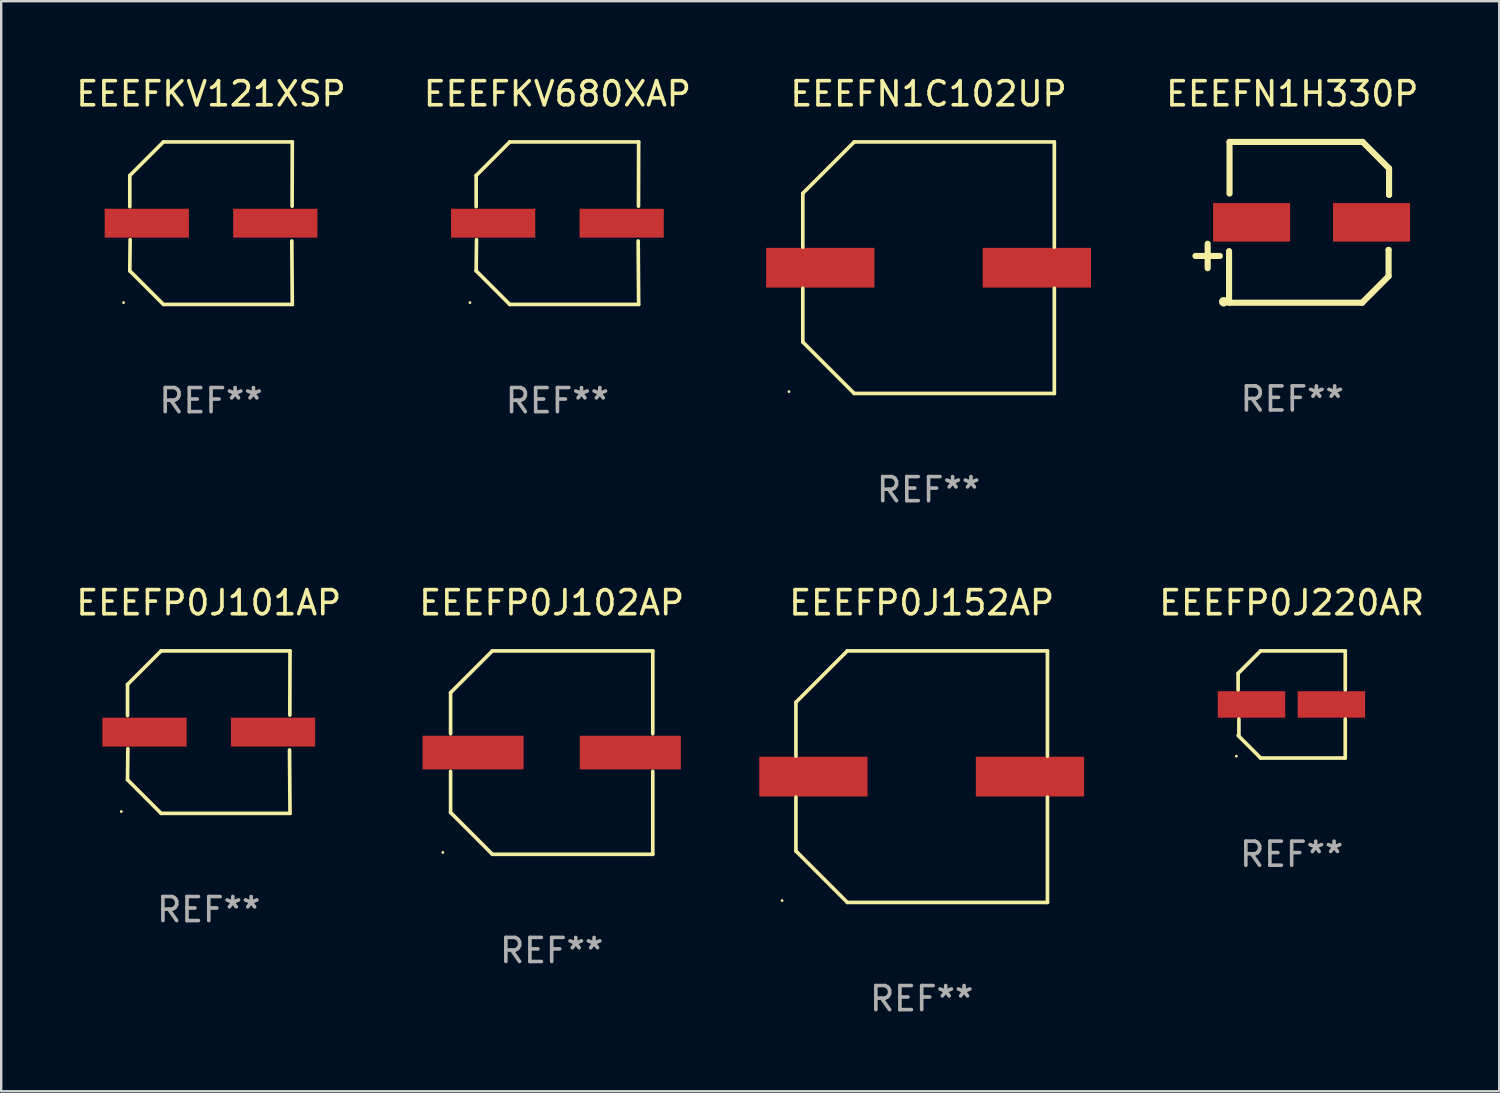
<source format=kicad_pcb>
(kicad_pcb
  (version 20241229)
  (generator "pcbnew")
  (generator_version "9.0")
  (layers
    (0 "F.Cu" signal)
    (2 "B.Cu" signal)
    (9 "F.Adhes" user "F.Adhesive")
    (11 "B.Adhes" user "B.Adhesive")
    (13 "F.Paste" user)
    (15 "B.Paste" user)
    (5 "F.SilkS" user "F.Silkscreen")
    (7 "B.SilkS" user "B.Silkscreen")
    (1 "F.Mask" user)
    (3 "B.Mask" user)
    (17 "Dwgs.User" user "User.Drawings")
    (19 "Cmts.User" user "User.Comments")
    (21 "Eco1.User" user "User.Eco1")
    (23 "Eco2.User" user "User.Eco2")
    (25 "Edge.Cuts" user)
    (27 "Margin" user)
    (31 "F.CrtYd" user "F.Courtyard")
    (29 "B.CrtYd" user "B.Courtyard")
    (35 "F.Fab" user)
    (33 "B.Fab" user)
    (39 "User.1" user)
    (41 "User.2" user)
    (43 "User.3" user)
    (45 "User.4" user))
  (footprint "EEEFN1C102UP"
    (layer "F.Cu")
    (at 35.536 8.074)
    (property "Reference" "EEEFN1C102UP" (at 0 -7.226 0) (layer "F.SilkS") (effects (font (size 1 1) (thickness 0.15))))
    (attr through_hole)
    (fp_line (start -5.226 -3.09) (end -5.226 -0.852) (stroke (width 0.152) (type solid)) (layer "F.SilkS"))
    (fp_line (start -5.226 3.09) (end -5.226 0.852) (stroke (width 0.152) (type solid)) (layer "F.SilkS"))
    (fp_line (start -3.09 -5.226) (end -5.226 -3.09) (stroke (width 0.152) (type solid)) (layer "F.SilkS"))
    (fp_line (start -3.09 5.226) (end -5.226 3.09) (stroke (width 0.152) (type solid)) (layer "F.SilkS"))
    (fp_line (start 5.226 -5.226) (end -3.09 -5.226) (stroke (width 0.152) (type solid)) (layer "F.SilkS"))
    (fp_line (start 5.226 -0.852) (end 5.226 -5.226) (stroke (width 0.152) (type solid)) (layer "F.SilkS"))
    (fp_line (start 5.226 0.852) (end 5.226 5.226) (stroke (width 0.152) (type solid)) (layer "F.SilkS"))
    (fp_line (start 5.226 5.226) (end -3.09 5.226) (stroke (width 0.152) (type solid)) (layer "F.SilkS"))
    (fp_circle (center -5.8 5.15) (end -5.77 5.15) (stroke (width 0.06) (type solid)) (fill no) (layer "F.SilkS"))
    (fp_text user "REF**" (at 0 9.226 0) (layer "F.Fab") (effects (font (size 1 1) (thickness 0.15))))
    (pad "1" smd rect (at -4.5 0) (size 4.5 1.65) (layers "F.Cu" "F.Mask" "F.Paste"))
    (pad "2" smd rect (at 4.5 0) (size 4.5 1.65) (layers "F.Cu" "F.Mask" "F.Paste")))
  (footprint "EEEFKV680XAP"
    (layer "F.Cu")
    (at 20.113 6.224)
    (property "Reference" "EEEFKV680XAP" (at 0 -5.376 0) (layer "F.SilkS") (effects (font (size 1 1) (thickness 0.15))))
    (attr through_hole)
    (fp_line (start -3.376 -1.98) (end -3.376 -0.686) (stroke (width 0.152) (type solid)) (layer "F.SilkS"))
    (fp_line (start -3.376 1.981) (end -3.362 0.686) (stroke (width 0.152) (type solid)) (layer "F.SilkS"))
    (fp_line (start -1.981 3.376) (end -3.376 1.981) (stroke (width 0.152) (type solid)) (layer "F.SilkS"))
    (fp_line (start -1.98 -3.376) (end -3.376 -1.98) (stroke (width 0.152) (type solid)) (layer "F.SilkS"))
    (fp_line (start 3.356 0.74) (end 3.376 3.376) (stroke (width 0.152) (type solid)) (layer "F.SilkS"))
    (fp_line (start 3.369 -0.707) (end 3.376 -3.376) (stroke (width 0.152) (type solid)) (layer "F.SilkS"))
    (fp_line (start 3.376 3.376) (end -1.981 3.376) (stroke (width 0.152) (type solid)) (layer "F.SilkS"))
    (fp_line (start 3.376 -3.376) (end -1.98 -3.376) (stroke (width 0.152) (type solid)) (layer "F.SilkS"))
    (fp_circle (center -3.634 3.3) (end -3.604 3.3) (stroke (width 0.06) (type solid)) (fill no) (layer "F.SilkS"))
    (fp_text user "REF**" (at 0 7.376 0) (layer "F.Fab") (effects (font (size 1 1) (thickness 0.15))))
    (pad "1" smd rect (at -2.67 0.000254) (size 3.5 1.2) (layers "F.Cu" "F.Mask" "F.Paste"))
    (pad "2" smd rect (at 2.67 0.000254) (size 3.5 1.2) (layers "F.Cu" "F.Mask" "F.Paste")))
  (footprint "EEEFP0J152AP"
    (layer "F.Cu")
    (at 35.25 29.223)
    (property "Reference" "EEEFP0J152AP" (at 0 -7.226 0) (layer "F.SilkS") (effects (font (size 1 1) (thickness 0.15))))
    (attr through_hole)
    (fp_line (start -5.226 -3.09) (end -5.226 -0.852) (stroke (width 0.152) (type solid)) (layer "F.SilkS"))
    (fp_line (start -5.226 3.09) (end -5.226 0.852) (stroke (width 0.152) (type solid)) (layer "F.SilkS"))
    (fp_line (start -3.09 -5.226) (end -5.226 -3.09) (stroke (width 0.152) (type solid)) (layer "F.SilkS"))
    (fp_line (start -3.09 5.226) (end -5.226 3.09) (stroke (width 0.152) (type solid)) (layer "F.SilkS"))
    (fp_line (start 5.226 -5.226) (end -3.09 -5.226) (stroke (width 0.152) (type solid)) (layer "F.SilkS"))
    (fp_line (start 5.226 -0.852) (end 5.226 -5.226) (stroke (width 0.152) (type solid)) (layer "F.SilkS"))
    (fp_line (start 5.226 0.852) (end 5.226 5.226) (stroke (width 0.152) (type solid)) (layer "F.SilkS"))
    (fp_line (start 5.226 5.226) (end -3.09 5.226) (stroke (width 0.152) (type solid)) (layer "F.SilkS"))
    (fp_circle (center -5.8 5.15) (end -5.77 5.15) (stroke (width 0.06) (type solid)) (fill no) (layer "F.SilkS"))
    (fp_text user "REF**" (at 0 9.226 0) (layer "F.Fab") (effects (font (size 1 1) (thickness 0.15))))
    (pad "1" smd rect (at -4.5 0) (size 4.5 1.65) (layers "F.Cu" "F.Mask" "F.Paste"))
    (pad "2" smd rect (at 4.5 0) (size 4.5 1.65) (layers "F.Cu" "F.Mask" "F.Paste")))
  (footprint "EEEFKV121XSP"
    (layer "F.Cu")
    (at 5.72 6.224)
    (property "Reference" "EEEFKV121XSP" (at 0 -5.376 0) (layer "F.SilkS") (effects (font (size 1 1) (thickness 0.15))))
    (attr through_hole)
    (fp_line (start -3.376 -1.98) (end -3.376 -0.686) (stroke (width 0.152) (type solid)) (layer "F.SilkS"))
    (fp_line (start -3.376 1.981) (end -3.362 0.686) (stroke (width 0.152) (type solid)) (layer "F.SilkS"))
    (fp_line (start -1.981 3.376) (end -3.376 1.981) (stroke (width 0.152) (type solid)) (layer "F.SilkS"))
    (fp_line (start -1.98 -3.376) (end -3.376 -1.98) (stroke (width 0.152) (type solid)) (layer "F.SilkS"))
    (fp_line (start 3.356 0.74) (end 3.376 3.376) (stroke (width 0.152) (type solid)) (layer "F.SilkS"))
    (fp_line (start 3.369 -0.707) (end 3.376 -3.376) (stroke (width 0.152) (type solid)) (layer "F.SilkS"))
    (fp_line (start 3.376 3.376) (end -1.981 3.376) (stroke (width 0.152) (type solid)) (layer "F.SilkS"))
    (fp_line (start 3.376 -3.376) (end -1.98 -3.376) (stroke (width 0.152) (type solid)) (layer "F.SilkS"))
    (fp_circle (center -3.634 3.3) (end -3.604 3.3) (stroke (width 0.06) (type solid)) (fill no) (layer "F.SilkS"))
    (fp_text user "REF**" (at 0 7.376 0) (layer "F.Fab") (effects (font (size 1 1) (thickness 0.15))))
    (pad "1" smd rect (at -2.67 0.000254) (size 3.5 1.2) (layers "F.Cu" "F.Mask" "F.Paste"))
    (pad "2" smd rect (at 2.67 0.000254) (size 3.5 1.2) (layers "F.Cu" "F.Mask" "F.Paste")))
  (footprint "EEEFP0J102AP"
    (layer "F.Cu")
    (at 19.875 28.223)
    (property "Reference" "EEEFP0J102AP" (at 0 -6.226 0) (layer "F.SilkS") (effects (font (size 1 1) (thickness 0.15))))
    (attr through_hole)
    (fp_line (start -4.201 -2.49) (end -4.201 -0.782) (stroke (width 0.152) (type solid)) (layer "F.SilkS"))
    (fp_line (start -4.201 2.49) (end -4.201 0.782) (stroke (width 0.152) (type solid)) (layer "F.SilkS"))
    (fp_line (start -2.465 -4.226) (end -4.201 -2.49) (stroke (width 0.152) (type solid)) (layer "F.SilkS"))
    (fp_line (start -2.465 4.226) (end -4.201 2.49) (stroke (width 0.152) (type solid)) (layer "F.SilkS"))
    (fp_line (start 4.201 -4.226) (end -2.465 -4.226) (stroke (width 0.152) (type solid)) (layer "F.SilkS"))
    (fp_line (start 4.201 -0.782) (end 4.201 -4.226) (stroke (width 0.152) (type solid)) (layer "F.SilkS"))
    (fp_line (start 4.201 0.782) (end 4.201 4.226) (stroke (width 0.152) (type solid)) (layer "F.SilkS"))
    (fp_line (start 4.201 4.226) (end -2.465 4.226) (stroke (width 0.152) (type solid)) (layer "F.SilkS"))
    (fp_circle (center -4.524 4.15) (end -4.494 4.15) (stroke (width 0.06) (type solid)) (fill no) (layer "F.SilkS"))
    (fp_text user "REF**" (at 0 8.226 0) (layer "F.Fab") (effects (font (size 1 1) (thickness 0.15))))
    (pad "1" smd rect (at -3.267 0) (size 4.2 1.4) (layers "F.Cu" "F.Mask" "F.Paste"))
    (pad "2" smd rect (at 3.267 0) (size 4.2 1.4) (layers "F.Cu" "F.Mask" "F.Paste")))
  (footprint "EEEFP0J220AR"
    (layer "F.Cu")
    (at 50.625 26.223)
    (property "Reference" "EEEFP0J220AR" (at 0 -4.226 0) (layer "F.SilkS") (effects (font (size 1 1) (thickness 0.15))))
    (attr through_hole)
    (fp_line (start -2.226 -1.29) (end -2.226 -0.607) (stroke (width 0.152) (type solid)) (layer "F.SilkS"))
    (fp_line (start -2.193 1.29) (end -2.193 0.607) (stroke (width 0.152) (type solid)) (layer "F.SilkS"))
    (fp_line (start -1.29 2.226) (end -2.226 1.29) (stroke (width 0.152) (type solid)) (layer "F.SilkS"))
    (fp_line (start -1.29 -2.226) (end -2.226 -1.29) (stroke (width 0.152) (type solid)) (layer "F.SilkS"))
    (fp_line (start 2.226 -2.226) (end -1.29 -2.226) (stroke (width 0.152) (type solid)) (layer "F.SilkS"))
    (fp_line (start 2.226 -0.607) (end 2.226 -2.226) (stroke (width 0.152) (type solid)) (layer "F.SilkS"))
    (fp_line (start 2.226 0.607) (end 2.226 2.226) (stroke (width 0.152) (type solid)) (layer "F.SilkS"))
    (fp_line (start 2.226 2.226) (end -1.29 2.226) (stroke (width 0.152) (type solid)) (layer "F.SilkS"))
    (fp_circle (center -2.3 2.15) (end -2.27 2.15) (stroke (width 0.06) (type solid)) (fill no) (layer "F.SilkS"))
    (fp_text user "REF**" (at 0 6.226 0) (layer "F.Fab") (effects (font (size 1 1) (thickness 0.15))))
    (pad "1" smd rect (at -1.67 -0.000025) (size 2.8 1.1) (layers "F.Cu" "F.Mask" "F.Paste"))
    (pad "2" smd rect (at 1.651 -0.000025) (size 2.8 1.1) (layers "F.Cu" "F.Mask" "F.Paste")))
  (footprint "EEEFN1H330P"
    (layer "F.Cu")
    (at 50.649 6.189)
    (property "Reference" "EEEFN1H330P" (at 0 -5.341 0) (layer "F.SilkS") (effects (font (size 1 1) (thickness 0.15))))
    (attr through_hole)
    (fp_line (start -3.515 1.906) (end -3.515 0.89) (stroke (width 0.254) (type solid)) (layer "F.SilkS"))
    (fp_line (start -3.007 1.398) (end -4.023 1.398) (stroke (width 0.254) (type solid)) (layer "F.SilkS"))
    (fp_line (start -2.626 3.341) (end -2.626 1.195) (stroke (width 0.254) (type solid)) (layer "F.SilkS"))
    (fp_line (start -2.606 -3.341) (end -2.606 -1.195) (stroke (width 0.254) (type solid)) (layer "F.SilkS"))
    (fp_line (start 2.903 3.341) (end -2.626 3.341) (stroke (width 0.254) (type solid)) (layer "F.SilkS"))
    (fp_line (start 2.924 -3.341) (end -2.606 -3.341) (stroke (width 0.254) (type solid)) (layer "F.SilkS"))
    (fp_line (start 4.003 1.144) (end 4.003 1.144) (stroke (width 0.254) (type solid)) (layer "F.SilkS"))
    (fp_line (start 4.003 1.144) (end 4.003 2.239) (stroke (width 0.254) (type solid)) (layer "F.SilkS"))
    (fp_line (start 4.003 2.239) (end 2.903 3.341) (stroke (width 0.254) (type solid)) (layer "F.SilkS"))
    (fp_line (start 4.023 -2.239) (end 2.924 -3.341) (stroke (width 0.254) (type solid)) (layer "F.SilkS"))
    (fp_line (start 4.023 -1.144) (end 4.023 -2.239) (stroke (width 0.254) (type solid)) (layer "F.SilkS"))
    (fp_line (start 4.023 -1.144) (end 4.023 -1.144) (stroke (width 0.254) (type solid)) (layer "F.SilkS"))
    (fp_circle (center -2.847 3.301) (end -2.747 3.301) (stroke (width 0.2) (type solid)) (fill no) (layer "F.SilkS"))
    (fp_text user "REF**" (at 0 7.341 0) (layer "F.Fab") (effects (font (size 1 1) (thickness 0.15))))
    (pad "1" smd rect (at -1.689 0.001 90) (size 1.6 3.2) (layers "F.Cu" "F.Mask" "F.Paste"))
    (pad "2" smd rect (at 3.295 0.001 90) (size 1.6 3.2) (layers "F.Cu" "F.Mask" "F.Paste")))
  (footprint "EEEFP0J101AP"
    (layer "F.Cu")
    (at 5.625 27.373)
    (property "Reference" "EEEFP0J101AP" (at 0 -5.376 0) (layer "F.SilkS") (effects (font (size 1 1) (thickness 0.15))))
    (attr through_hole)
    (fp_line (start -3.376 -1.98) (end -3.376 -0.686) (stroke (width 0.152) (type solid)) (layer "F.SilkS"))
    (fp_line (start -3.376 1.981) (end -3.362 0.686) (stroke (width 0.152) (type solid)) (layer "F.SilkS"))
    (fp_line (start -1.981 3.376) (end -3.376 1.981) (stroke (width 0.152) (type solid)) (layer "F.SilkS"))
    (fp_line (start -1.98 -3.376) (end -3.376 -1.98) (stroke (width 0.152) (type solid)) (layer "F.SilkS"))
    (fp_line (start 3.356 0.74) (end 3.376 3.376) (stroke (width 0.152) (type solid)) (layer "F.SilkS"))
    (fp_line (start 3.369 -0.707) (end 3.376 -3.376) (stroke (width 0.152) (type solid)) (layer "F.SilkS"))
    (fp_line (start 3.376 3.376) (end -1.981 3.376) (stroke (width 0.152) (type solid)) (layer "F.SilkS"))
    (fp_line (start 3.376 -3.376) (end -1.98 -3.376) (stroke (width 0.152) (type solid)) (layer "F.SilkS"))
    (fp_circle (center -3.634 3.3) (end -3.604 3.3) (stroke (width 0.06) (type solid)) (fill no) (layer "F.SilkS"))
    (fp_text user "REF**" (at 0 7.376 0) (layer "F.Fab") (effects (font (size 1 1) (thickness 0.15))))
    (pad "1" smd rect (at -2.67 0.000254) (size 3.5 1.2) (layers "F.Cu" "F.Mask" "F.Paste"))
    (pad "2" smd rect (at 2.67 0.000254) (size 3.5 1.2) (layers "F.Cu" "F.Mask" "F.Paste")))
  (gr_rect
    (start -3 -3)
    (end 59.25 42.298)
    (stroke (width 0.1) (type default))
    (fill no)
    (layer "Edge.Cuts")))
</source>
